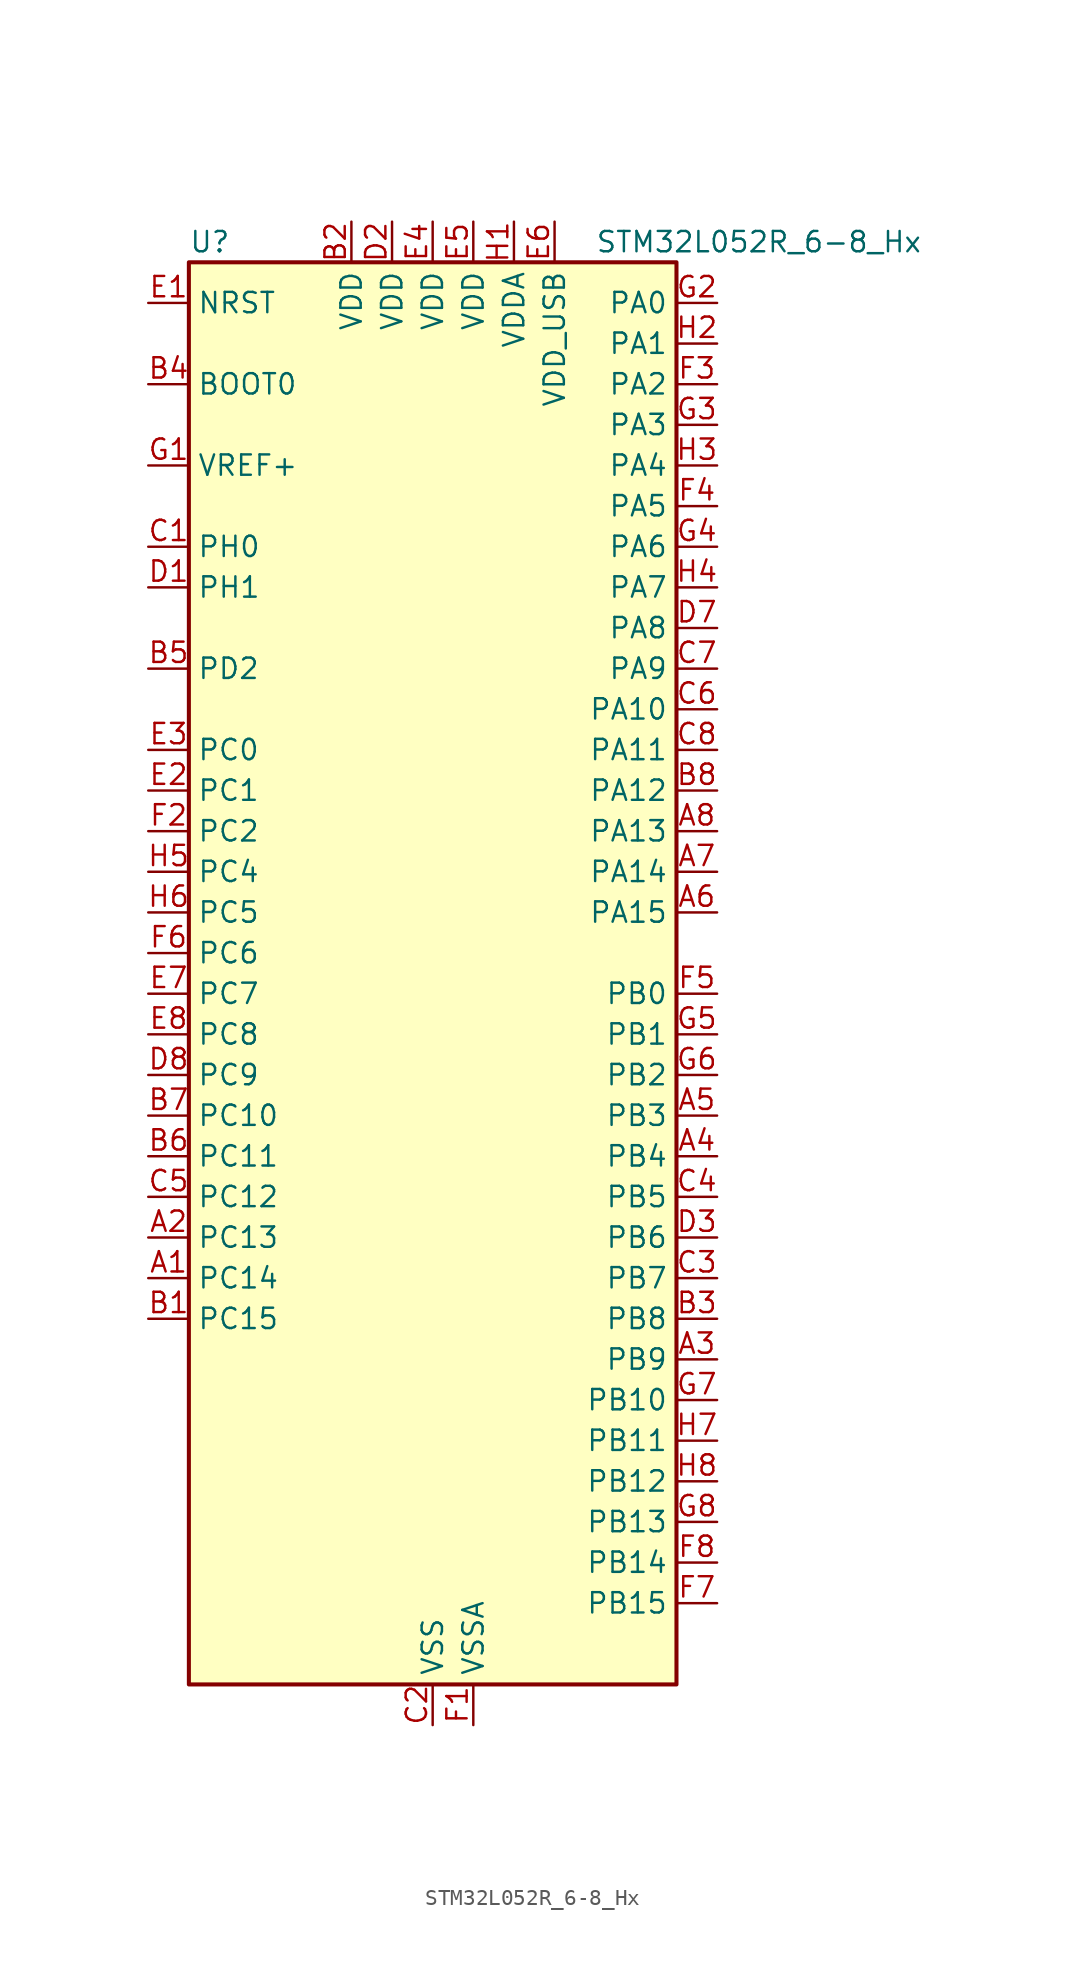
<source format=kicad_sym>
(kicad_symbol_lib
  (version 20231120)
  (generator "kicad_symbol_editor")
  (generator_version "8.0")
  (symbol "STM32L052R_6-8_Hx"
    (property "Reference" "U"
      (at -15.24 46.99 0)
      (effects (font (size 1.27 1.27)) (justify left)))
    (property "Value" "STM32L052R_6-8_Hx"
      (at 10.16 46.99 0)
      (effects (font (size 1.27 1.27)) (justify left)))
    (property "ki_locked" ""
      (at 0 0 0)
      (effects (font (size 1.27 1.27))))
    (symbol "STM32L052R_6-8_Hx_0_1"
      (rectangle (start -15.24 -43.18) (end 15.24 45.72) (stroke (width 0.254) (type default)) (fill (type background))))
    (symbol "STM32L052R_6-8_Hx_1_1"
      (pin bidirectional line (at -17.78 -17.78 0) (length 2.54) (name "PC14" (effects (font (size 1.27 1.27)))) (number "A1" (effects (font (size 1.27 1.27)))) (alternate "RCC_OSC32_IN" bidirectional line))
      (pin bidirectional line (at -17.78 -15.24 0) (length 2.54) (name "PC13" (effects (font (size 1.27 1.27)))) (number "A2" (effects (font (size 1.27 1.27)))) (alternate "RTC_OUT_ALARM" bidirectional line) (alternate "RTC_OUT_CALIB" bidirectional line) (alternate "RTC_TAMP1" bidirectional line) (alternate "RTC_TS" bidirectional line) (alternate "SYS_WKUP2" bidirectional line))
      (pin bidirectional line (at 17.78 -22.86 180) (length 2.54) (name "PB9" (effects (font (size 1.27 1.27)))) (number "A3" (effects (font (size 1.27 1.27)))) (alternate "DAC_EXTI9" bidirectional line) (alternate "I2C1_SDA" bidirectional line) (alternate "I2S2_WS" bidirectional line) (alternate "SPI2_NSS" bidirectional line))
      (pin bidirectional line (at 17.78 -10.16 180) (length 2.54) (name "PB4" (effects (font (size 1.27 1.27)))) (number "A4" (effects (font (size 1.27 1.27)))) (alternate "COMP2_INP" bidirectional line) (alternate "SPI1_MISO" bidirectional line) (alternate "TIM22_CH1" bidirectional line) (alternate "TSC_G5_IO2" bidirectional line))
      (pin bidirectional line (at 17.78 -7.62 180) (length 2.54) (name "PB3" (effects (font (size 1.27 1.27)))) (number "A5" (effects (font (size 1.27 1.27)))) (alternate "COMP2_INM" bidirectional line) (alternate "SPI1_SCK" bidirectional line) (alternate "TIM2_CH2" bidirectional line) (alternate "TSC_G5_IO1" bidirectional line))
      (pin bidirectional line (at 17.78 5.08 180) (length 2.54) (name "PA15" (effects (font (size 1.27 1.27)))) (number "A6" (effects (font (size 1.27 1.27)))) (alternate "SPI1_NSS" bidirectional line) (alternate "TIM2_CH1" bidirectional line) (alternate "TIM2_ETR" bidirectional line) (alternate "USART2_RX" bidirectional line))
      (pin bidirectional line (at 17.78 7.62 180) (length 2.54) (name "PA14" (effects (font (size 1.27 1.27)))) (number "A7" (effects (font (size 1.27 1.27)))) (alternate "SYS_SWCLK" bidirectional line) (alternate "USART2_TX" bidirectional line))
      (pin bidirectional line (at 17.78 10.16 180) (length 2.54) (name "PA13" (effects (font (size 1.27 1.27)))) (number "A8" (effects (font (size 1.27 1.27)))) (alternate "SYS_SWDIO" bidirectional line) (alternate "USB_NOE" bidirectional line))
      (pin bidirectional line (at -17.78 -20.32 0) (length 2.54) (name "PC15" (effects (font (size 1.27 1.27)))) (number "B1" (effects (font (size 1.27 1.27)))) (alternate "RCC_OSC32_OUT" bidirectional line))
      (pin power_in line (at -5.08 48.26 270) (length 2.54) (name "VDD" (effects (font (size 1.27 1.27)))) (number "B2" (effects (font (size 1.27 1.27)))))
      (pin bidirectional line (at 17.78 -20.32 180) (length 2.54) (name "PB8" (effects (font (size 1.27 1.27)))) (number "B3" (effects (font (size 1.27 1.27)))) (alternate "I2C1_SCL" bidirectional line) (alternate "TSC_SYNC" bidirectional line))
      (pin input line (at -17.78 38.1 0) (length 2.54) (name "BOOT0" (effects (font (size 1.27 1.27)))) (number "B4" (effects (font (size 1.27 1.27)))))
      (pin bidirectional line (at -17.78 20.32 0) (length 2.54) (name "PD2" (effects (font (size 1.27 1.27)))) (number "B5" (effects (font (size 1.27 1.27)))) (alternate "LPUART1_DE" bidirectional line) (alternate "LPUART1_RTS" bidirectional line))
      (pin bidirectional line (at -17.78 -10.16 0) (length 2.54) (name "PC11" (effects (font (size 1.27 1.27)))) (number "B6" (effects (font (size 1.27 1.27)))) (alternate "ADC_EXTI11" bidirectional line) (alternate "LPUART1_RX" bidirectional line))
      (pin bidirectional line (at -17.78 -7.62 0) (length 2.54) (name "PC10" (effects (font (size 1.27 1.27)))) (number "B7" (effects (font (size 1.27 1.27)))) (alternate "LPUART1_TX" bidirectional line))
      (pin bidirectional line (at 17.78 12.7 180) (length 2.54) (name "PA12" (effects (font (size 1.27 1.27)))) (number "B8" (effects (font (size 1.27 1.27)))) (alternate "COMP2_OUT" bidirectional line) (alternate "SPI1_MOSI" bidirectional line) (alternate "TSC_G4_IO4" bidirectional line) (alternate "USART1_DE" bidirectional line) (alternate "USART1_RTS" bidirectional line) (alternate "USB_DP" bidirectional line))
      (pin bidirectional line (at -17.78 27.94 0) (length 2.54) (name "PH0" (effects (font (size 1.27 1.27)))) (number "C1" (effects (font (size 1.27 1.27)))) (alternate "CRS_SYNC" bidirectional line) (alternate "RCC_OSC_IN" bidirectional line))
      (pin power_in line (at 0 -45.72 90) (length 2.54) (name "VSS" (effects (font (size 1.27 1.27)))) (number "C2" (effects (font (size 1.27 1.27)))))
      (pin bidirectional line (at 17.78 -17.78 180) (length 2.54) (name "PB7" (effects (font (size 1.27 1.27)))) (number "C3" (effects (font (size 1.27 1.27)))) (alternate "COMP2_INP" bidirectional line) (alternate "I2C1_SDA" bidirectional line) (alternate "LPTIM1_IN2" bidirectional line) (alternate "SYS_PVD_IN" bidirectional line) (alternate "TSC_G5_IO4" bidirectional line) (alternate "USART1_RX" bidirectional line))
      (pin bidirectional line (at 17.78 -12.7 180) (length 2.54) (name "PB5" (effects (font (size 1.27 1.27)))) (number "C4" (effects (font (size 1.27 1.27)))) (alternate "COMP2_INP" bidirectional line) (alternate "I2C1_SMBA" bidirectional line) (alternate "LPTIM1_IN1" bidirectional line) (alternate "SPI1_MOSI" bidirectional line) (alternate "TIM22_CH2" bidirectional line))
      (pin bidirectional line (at -17.78 -12.7 0) (length 2.54) (name "PC12" (effects (font (size 1.27 1.27)))) (number "C5" (effects (font (size 1.27 1.27)))))
      (pin bidirectional line (at 17.78 17.78 180) (length 2.54) (name "PA10" (effects (font (size 1.27 1.27)))) (number "C6" (effects (font (size 1.27 1.27)))) (alternate "TSC_G4_IO2" bidirectional line) (alternate "USART1_RX" bidirectional line))
      (pin bidirectional line (at 17.78 20.32 180) (length 2.54) (name "PA9" (effects (font (size 1.27 1.27)))) (number "C7" (effects (font (size 1.27 1.27)))) (alternate "DAC_EXTI9" bidirectional line) (alternate "RCC_MCO" bidirectional line) (alternate "TSC_G4_IO1" bidirectional line) (alternate "USART1_TX" bidirectional line))
      (pin bidirectional line (at 17.78 15.24 180) (length 2.54) (name "PA11" (effects (font (size 1.27 1.27)))) (number "C8" (effects (font (size 1.27 1.27)))) (alternate "ADC_EXTI11" bidirectional line) (alternate "COMP1_OUT" bidirectional line) (alternate "SPI1_MISO" bidirectional line) (alternate "TSC_G4_IO3" bidirectional line) (alternate "USART1_CTS" bidirectional line) (alternate "USB_DM" bidirectional line))
      (pin bidirectional line (at -17.78 25.4 0) (length 2.54) (name "PH1" (effects (font (size 1.27 1.27)))) (number "D1" (effects (font (size 1.27 1.27)))) (alternate "RCC_OSC_OUT" bidirectional line))
      (pin power_in line (at -2.54 48.26 270) (length 2.54) (name "VDD" (effects (font (size 1.27 1.27)))) (number "D2" (effects (font (size 1.27 1.27)))))
      (pin bidirectional line (at 17.78 -15.24 180) (length 2.54) (name "PB6" (effects (font (size 1.27 1.27)))) (number "D3" (effects (font (size 1.27 1.27)))) (alternate "COMP2_INP" bidirectional line) (alternate "I2C1_SCL" bidirectional line) (alternate "LPTIM1_ETR" bidirectional line) (alternate "TSC_G5_IO3" bidirectional line) (alternate "USART1_TX" bidirectional line))
      (pin passive line (at 0 -45.72 90) (length 2.54) hide (name "VSS" (effects (font (size 1.27 1.27)))) (number "D4" (effects (font (size 1.27 1.27)))))
      (pin passive line (at 0 -45.72 90) (length 2.54) hide (name "VSS" (effects (font (size 1.27 1.27)))) (number "D5" (effects (font (size 1.27 1.27)))))
      (pin passive line (at 0 -45.72 90) (length 2.54) hide (name "VSS" (effects (font (size 1.27 1.27)))) (number "D6" (effects (font (size 1.27 1.27)))))
      (pin bidirectional line (at 17.78 22.86 180) (length 2.54) (name "PA8" (effects (font (size 1.27 1.27)))) (number "D7" (effects (font (size 1.27 1.27)))) (alternate "CRS_SYNC" bidirectional line) (alternate "RCC_MCO" bidirectional line) (alternate "USART1_CK" bidirectional line))
      (pin bidirectional line (at -17.78 -5.08 0) (length 2.54) (name "PC9" (effects (font (size 1.27 1.27)))) (number "D8" (effects (font (size 1.27 1.27)))) (alternate "DAC_EXTI9" bidirectional line) (alternate "TIM21_ETR" bidirectional line) (alternate "TSC_G8_IO4" bidirectional line) (alternate "USB_NOE" bidirectional line))
      (pin input line (at -17.78 43.18 0) (length 2.54) (name "NRST" (effects (font (size 1.27 1.27)))) (number "E1" (effects (font (size 1.27 1.27)))))
      (pin bidirectional line (at -17.78 12.7 0) (length 2.54) (name "PC1" (effects (font (size 1.27 1.27)))) (number "E2" (effects (font (size 1.27 1.27)))) (alternate "ADC_IN11" bidirectional line) (alternate "LPTIM1_OUT" bidirectional line) (alternate "TSC_G7_IO2" bidirectional line))
      (pin bidirectional line (at -17.78 15.24 0) (length 2.54) (name "PC0" (effects (font (size 1.27 1.27)))) (number "E3" (effects (font (size 1.27 1.27)))) (alternate "ADC_IN10" bidirectional line) (alternate "LPTIM1_IN1" bidirectional line) (alternate "TSC_G7_IO1" bidirectional line))
      (pin power_in line (at 0 48.26 270) (length 2.54) (name "VDD" (effects (font (size 1.27 1.27)))) (number "E4" (effects (font (size 1.27 1.27)))))
      (pin power_in line (at 2.54 48.26 270) (length 2.54) (name "VDD" (effects (font (size 1.27 1.27)))) (number "E5" (effects (font (size 1.27 1.27)))))
      (pin power_in line (at 7.62 48.26 270) (length 2.54) (name "VDD_USB" (effects (font (size 1.27 1.27)))) (number "E6" (effects (font (size 1.27 1.27)))))
      (pin bidirectional line (at -17.78 0 0) (length 2.54) (name "PC7" (effects (font (size 1.27 1.27)))) (number "E7" (effects (font (size 1.27 1.27)))) (alternate "TIM22_CH2" bidirectional line) (alternate "TSC_G8_IO2" bidirectional line))
      (pin bidirectional line (at -17.78 -2.54 0) (length 2.54) (name "PC8" (effects (font (size 1.27 1.27)))) (number "E8" (effects (font (size 1.27 1.27)))) (alternate "TIM22_ETR" bidirectional line) (alternate "TSC_G8_IO3" bidirectional line))
      (pin power_in line (at 2.54 -45.72 90) (length 2.54) (name "VSSA" (effects (font (size 1.27 1.27)))) (number "F1" (effects (font (size 1.27 1.27)))))
      (pin bidirectional line (at -17.78 10.16 0) (length 2.54) (name "PC2" (effects (font (size 1.27 1.27)))) (number "F2" (effects (font (size 1.27 1.27)))) (alternate "ADC_IN12" bidirectional line) (alternate "I2S2_MCK" bidirectional line) (alternate "LPTIM1_IN2" bidirectional line) (alternate "SPI2_MISO" bidirectional line) (alternate "TSC_G7_IO3" bidirectional line))
      (pin bidirectional line (at 17.78 38.1 180) (length 2.54) (name "PA2" (effects (font (size 1.27 1.27)))) (number "F3" (effects (font (size 1.27 1.27)))) (alternate "ADC_IN2" bidirectional line) (alternate "COMP2_INM" bidirectional line) (alternate "COMP2_OUT" bidirectional line) (alternate "TIM21_CH1" bidirectional line) (alternate "TIM2_CH3" bidirectional line) (alternate "TSC_G1_IO3" bidirectional line) (alternate "USART2_TX" bidirectional line))
      (pin bidirectional line (at 17.78 30.48 180) (length 2.54) (name "PA5" (effects (font (size 1.27 1.27)))) (number "F4" (effects (font (size 1.27 1.27)))) (alternate "ADC_IN5" bidirectional line) (alternate "COMP1_INM" bidirectional line) (alternate "COMP2_INM" bidirectional line) (alternate "SPI1_SCK" bidirectional line) (alternate "TIM2_CH1" bidirectional line) (alternate "TIM2_ETR" bidirectional line) (alternate "TSC_G2_IO2" bidirectional line))
      (pin bidirectional line (at 17.78 0 180) (length 2.54) (name "PB0" (effects (font (size 1.27 1.27)))) (number "F5" (effects (font (size 1.27 1.27)))) (alternate "ADC_IN8" bidirectional line) (alternate "SYS_VREF_OUT_PB0" bidirectional line) (alternate "TSC_G3_IO2" bidirectional line))
      (pin bidirectional line (at -17.78 2.54 0) (length 2.54) (name "PC6" (effects (font (size 1.27 1.27)))) (number "F6" (effects (font (size 1.27 1.27)))) (alternate "TIM22_CH1" bidirectional line) (alternate "TSC_G8_IO1" bidirectional line))
      (pin bidirectional line (at 17.78 -38.1 180) (length 2.54) (name "PB15" (effects (font (size 1.27 1.27)))) (number "F7" (effects (font (size 1.27 1.27)))) (alternate "I2S2_SD" bidirectional line) (alternate "RTC_REFIN" bidirectional line) (alternate "SPI2_MOSI" bidirectional line))
      (pin bidirectional line (at 17.78 -35.56 180) (length 2.54) (name "PB14" (effects (font (size 1.27 1.27)))) (number "F8" (effects (font (size 1.27 1.27)))) (alternate "I2C2_SDA" bidirectional line) (alternate "I2S2_MCK" bidirectional line) (alternate "LPUART1_DE" bidirectional line) (alternate "LPUART1_RTS" bidirectional line) (alternate "RTC_OUT_ALARM" bidirectional line) (alternate "RTC_OUT_CALIB" bidirectional line) (alternate "SPI2_MISO" bidirectional line) (alternate "TIM21_CH2" bidirectional line) (alternate "TSC_G6_IO4" bidirectional line))
      (pin input line (at -17.78 33.02 0) (length 2.54) (name "VREF+" (effects (font (size 1.27 1.27)))) (number "G1" (effects (font (size 1.27 1.27)))))
      (pin bidirectional line (at 17.78 43.18 180) (length 2.54) (name "PA0" (effects (font (size 1.27 1.27)))) (number "G2" (effects (font (size 1.27 1.27)))) (alternate "ADC_IN0" bidirectional line) (alternate "COMP1_INM" bidirectional line) (alternate "COMP1_OUT" bidirectional line) (alternate "RTC_TAMP2" bidirectional line) (alternate "SYS_WKUP1" bidirectional line) (alternate "TIM2_CH1" bidirectional line) (alternate "TIM2_ETR" bidirectional line) (alternate "TSC_G1_IO1" bidirectional line) (alternate "USART2_CTS" bidirectional line))
      (pin bidirectional line (at 17.78 35.56 180) (length 2.54) (name "PA3" (effects (font (size 1.27 1.27)))) (number "G3" (effects (font (size 1.27 1.27)))) (alternate "ADC_IN3" bidirectional line) (alternate "COMP2_INP" bidirectional line) (alternate "TIM21_CH2" bidirectional line) (alternate "TIM2_CH4" bidirectional line) (alternate "TSC_G1_IO4" bidirectional line) (alternate "USART2_RX" bidirectional line))
      (pin bidirectional line (at 17.78 27.94 180) (length 2.54) (name "PA6" (effects (font (size 1.27 1.27)))) (number "G4" (effects (font (size 1.27 1.27)))) (alternate "ADC_IN6" bidirectional line) (alternate "COMP1_OUT" bidirectional line) (alternate "LPUART1_CTS" bidirectional line) (alternate "SPI1_MISO" bidirectional line) (alternate "TIM22_CH1" bidirectional line) (alternate "TSC_G2_IO3" bidirectional line))
      (pin bidirectional line (at 17.78 -2.54 180) (length 2.54) (name "PB1" (effects (font (size 1.27 1.27)))) (number "G5" (effects (font (size 1.27 1.27)))) (alternate "ADC_IN9" bidirectional line) (alternate "LPUART1_DE" bidirectional line) (alternate "LPUART1_RTS" bidirectional line) (alternate "SYS_VREF_OUT_PB1" bidirectional line) (alternate "TSC_G3_IO3" bidirectional line))
      (pin bidirectional line (at 17.78 -5.08 180) (length 2.54) (name "PB2" (effects (font (size 1.27 1.27)))) (number "G6" (effects (font (size 1.27 1.27)))) (alternate "LPTIM1_OUT" bidirectional line) (alternate "TSC_G3_IO4" bidirectional line))
      (pin bidirectional line (at 17.78 -25.4 180) (length 2.54) (name "PB10" (effects (font (size 1.27 1.27)))) (number "G7" (effects (font (size 1.27 1.27)))) (alternate "I2C2_SCL" bidirectional line) (alternate "LPUART1_TX" bidirectional line) (alternate "SPI2_SCK" bidirectional line) (alternate "TIM2_CH3" bidirectional line) (alternate "TSC_SYNC" bidirectional line))
      (pin bidirectional line (at 17.78 -33.02 180) (length 2.54) (name "PB13" (effects (font (size 1.27 1.27)))) (number "G8" (effects (font (size 1.27 1.27)))) (alternate "I2C2_SCL" bidirectional line) (alternate "I2S2_CK" bidirectional line) (alternate "LPUART1_CTS" bidirectional line) (alternate "SPI2_SCK" bidirectional line) (alternate "TIM21_CH1" bidirectional line) (alternate "TSC_G6_IO3" bidirectional line))
      (pin power_in line (at 5.08 48.26 270) (length 2.54) (name "VDDA" (effects (font (size 1.27 1.27)))) (number "H1" (effects (font (size 1.27 1.27)))))
      (pin bidirectional line (at 17.78 40.64 180) (length 2.54) (name "PA1" (effects (font (size 1.27 1.27)))) (number "H2" (effects (font (size 1.27 1.27)))) (alternate "ADC_IN1" bidirectional line) (alternate "COMP1_INP" bidirectional line) (alternate "TIM21_ETR" bidirectional line) (alternate "TIM2_CH2" bidirectional line) (alternate "TSC_G1_IO2" bidirectional line) (alternate "USART2_DE" bidirectional line) (alternate "USART2_RTS" bidirectional line))
      (pin bidirectional line (at 17.78 33.02 180) (length 2.54) (name "PA4" (effects (font (size 1.27 1.27)))) (number "H3" (effects (font (size 1.27 1.27)))) (alternate "ADC_IN4" bidirectional line) (alternate "COMP1_INM" bidirectional line) (alternate "COMP2_INM" bidirectional line) (alternate "DAC_OUT1" bidirectional line) (alternate "SPI1_NSS" bidirectional line) (alternate "TIM22_ETR" bidirectional line) (alternate "TSC_G2_IO1" bidirectional line) (alternate "USART2_CK" bidirectional line))
      (pin bidirectional line (at 17.78 25.4 180) (length 2.54) (name "PA7" (effects (font (size 1.27 1.27)))) (number "H4" (effects (font (size 1.27 1.27)))) (alternate "ADC_IN7" bidirectional line) (alternate "COMP2_OUT" bidirectional line) (alternate "SPI1_MOSI" bidirectional line) (alternate "TIM22_CH2" bidirectional line) (alternate "TSC_G2_IO4" bidirectional line))
      (pin bidirectional line (at -17.78 7.62 0) (length 2.54) (name "PC4" (effects (font (size 1.27 1.27)))) (number "H5" (effects (font (size 1.27 1.27)))) (alternate "ADC_IN14" bidirectional line) (alternate "LPUART1_TX" bidirectional line))
      (pin bidirectional line (at -17.78 5.08 0) (length 2.54) (name "PC5" (effects (font (size 1.27 1.27)))) (number "H6" (effects (font (size 1.27 1.27)))) (alternate "ADC_IN15" bidirectional line) (alternate "LPUART1_RX" bidirectional line) (alternate "TSC_G3_IO1" bidirectional line))
      (pin bidirectional line (at 17.78 -27.94 180) (length 2.54) (name "PB11" (effects (font (size 1.27 1.27)))) (number "H7" (effects (font (size 1.27 1.27)))) (alternate "ADC_EXTI11" bidirectional line) (alternate "I2C2_SDA" bidirectional line) (alternate "LPUART1_RX" bidirectional line) (alternate "TIM2_CH4" bidirectional line) (alternate "TSC_G6_IO1" bidirectional line))
      (pin bidirectional line (at 17.78 -30.48 180) (length 2.54) (name "PB12" (effects (font (size 1.27 1.27)))) (number "H8" (effects (font (size 1.27 1.27)))) (alternate "I2S2_WS" bidirectional line) (alternate "LPUART1_DE" bidirectional line) (alternate "LPUART1_RTS" bidirectional line) (alternate "SPI2_NSS" bidirectional line) (alternate "TSC_G6_IO2" bidirectional line)))))
</source>
